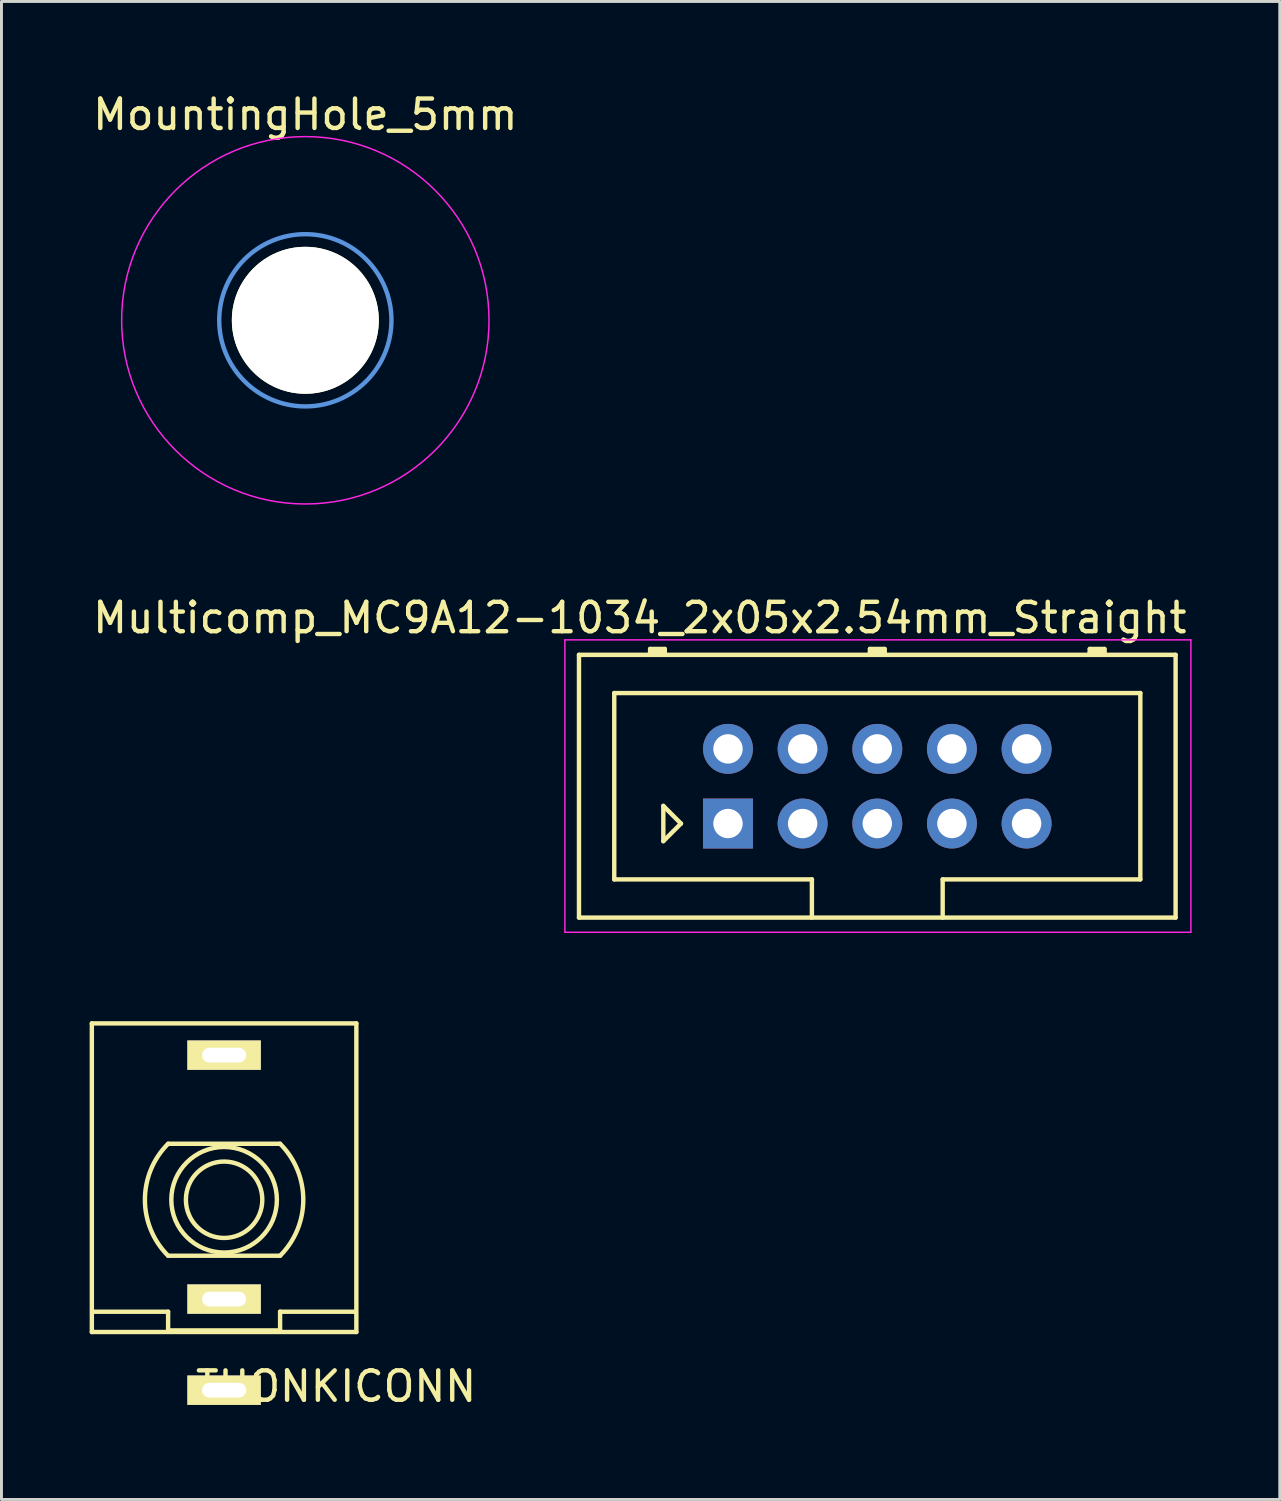
<source format=kicad_pcb>
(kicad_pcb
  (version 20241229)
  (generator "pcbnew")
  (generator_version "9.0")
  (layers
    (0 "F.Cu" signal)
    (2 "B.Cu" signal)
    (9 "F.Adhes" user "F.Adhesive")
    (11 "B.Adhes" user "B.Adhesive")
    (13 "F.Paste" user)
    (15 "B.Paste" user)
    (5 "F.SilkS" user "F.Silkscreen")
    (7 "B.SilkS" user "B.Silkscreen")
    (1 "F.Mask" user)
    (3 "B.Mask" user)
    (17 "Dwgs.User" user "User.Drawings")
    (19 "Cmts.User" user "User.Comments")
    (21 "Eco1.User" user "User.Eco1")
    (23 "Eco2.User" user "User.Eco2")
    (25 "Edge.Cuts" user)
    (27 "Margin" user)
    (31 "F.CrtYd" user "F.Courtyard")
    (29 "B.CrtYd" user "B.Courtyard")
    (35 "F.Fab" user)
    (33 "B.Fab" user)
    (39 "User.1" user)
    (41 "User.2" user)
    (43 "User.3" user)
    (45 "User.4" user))
  (footprint "MountingHole_5mm"
    (layer "F.Cu")
    (at 7.339 7.848)
    (property "Reference" "MountingHole_5mm" (at 0 -7 0) (layer "F.SilkS") (effects (font (size 1 1) (thickness 0.15))))
    (attr through_hole)
    (fp_circle (center 0 0) (end 2.93 0) (stroke (width 0.15) (type solid)) (fill no) (layer "Cmts.User"))
    (fp_circle (center 0 0) (end 6.25 0) (stroke (width 0.05) (type solid)) (fill no) (layer "F.CrtYd"))
    (pad "" np_thru_hole circle (at 0 0) (size 5 5) (drill 5) (layers "*.Cu" "*.Mask" "F.SilkS")))
  (footprint "THONKICONN"
    (layer "F.Cu")
    (at 4.575 37.772)
    (property "Reference" "THONKICONN" (at 3.81 6.35 0) (layer "F.SilkS") (effects (font (size 1 1) (thickness 0.15))))
    (attr through_hole)
    (fp_line (start -4.5 -6) (end -4.5 4.5) (stroke (width 0.15) (type solid)) (layer "F.SilkS"))
    (fp_line (start -4.5 -6) (end 4.5 -6) (stroke (width 0.15) (type solid)) (layer "F.SilkS"))
    (fp_line (start -4.5 4.5) (end 4.5 4.5) (stroke (width 0.15) (type solid)) (layer "F.SilkS"))
    (fp_line (start -4.445 3.81) (end -1.905 3.81) (stroke (width 0.15) (type solid)) (layer "F.SilkS"))
    (fp_line (start -1.905 -1.905) (end 1.905 -1.905) (stroke (width 0.15) (type solid)) (layer "F.SilkS"))
    (fp_line (start -1.905 3.81) (end -1.905 4.445) (stroke (width 0.15) (type solid)) (layer "F.SilkS"))
    (fp_line (start -1.905 4.445) (end 1.905 4.445) (stroke (width 0.15) (type solid)) (layer "F.SilkS"))
    (fp_line (start 1.905 1.905) (end -1.905 1.905) (stroke (width 0.15) (type solid)) (layer "F.SilkS"))
    (fp_line (start 1.905 3.81) (end 4.445 3.81) (stroke (width 0.15) (type solid)) (layer "F.SilkS"))
    (fp_line (start 1.905 4.445) (end 1.905 3.81) (stroke (width 0.15) (type solid)) (layer "F.SilkS"))
    (fp_line (start 4.5 -6) (end 4.5 4.5) (stroke (width 0.15) (type solid)) (layer "F.SilkS"))
    (fp_arc (start -1.905 1.905) (mid -2.694077 0) (end -1.905 -1.905) (stroke (width 0.15) (type solid)) (layer "F.SilkS"))
    (fp_arc (start 1.905 -1.905) (mid 2.694077 0) (end 1.905 1.905) (stroke (width 0.15) (type solid)) (layer "F.SilkS"))
    (fp_circle (center 0 0) (end 1.27 1.27) (stroke (width 0.15) (type solid)) (fill no) (layer "F.SilkS"))
    (fp_circle (center 0 0) (end 1.3 0) (stroke (width 0.15) (type solid)) (fill no) (layer "F.SilkS"))
    (pad "1" thru_hole rect (at 0 6.48) (size 2.5 1) (drill oval 1.5 0.5) (layers "*.Cu" "*.Mask" "F.SilkS"))
    (pad "2" thru_hole rect (at 0 3.38) (size 2.5 1) (drill oval 1.5 0.5) (layers "*.Cu" "*.Mask" "F.SilkS"))
    (pad "3" thru_hole rect (at 0 -4.92) (size 2.5 1) (drill oval 1.5 0.5) (layers "*.Cu" "*.Mask" "F.SilkS")))
  (footprint "Multicomp_MC9A12-1034_2x05x2.54mm_Straight"
    (layer "F.Cu")
    (at 21.72 24.971)
    (property "Reference" "Multicomp_MC9A12-1034_2x05x2.54mm_Straight" (at -3 -7 0) (layer "F.SilkS") (effects (font (size 1 1) (thickness 0.15))))
    (attr through_hole)
    (fp_line (start -5.07 -5.74) (end 15.23 -5.74) (stroke (width 0.15) (type solid)) (layer "F.SilkS"))
    (fp_line (start -5.07 3.2) (end -5.07 -5.74) (stroke (width 0.15) (type solid)) (layer "F.SilkS"))
    (fp_line (start -3.87 -4.44) (end 14.03 -4.44) (stroke (width 0.15) (type solid)) (layer "F.SilkS"))
    (fp_line (start -3.87 1.9) (end -3.87 -4.44) (stroke (width 0.15) (type solid)) (layer "F.SilkS"))
    (fp_line (start -2.65 -5.94) (end -2.15 -5.94) (stroke (width 0.15) (type solid)) (layer "F.SilkS"))
    (fp_line (start -2.65 -5.84) (end -2.15 -5.84) (stroke (width 0.15) (type solid)) (layer "F.SilkS"))
    (fp_line (start -2.65 -5.74) (end -2.65 -5.94) (stroke (width 0.15) (type solid)) (layer "F.SilkS"))
    (fp_line (start -2.2 -0.6) (end -1.6 0) (stroke (width 0.15) (type solid)) (layer "F.SilkS"))
    (fp_line (start -2.2 0.6) (end -2.2 -0.6) (stroke (width 0.15) (type solid)) (layer "F.SilkS"))
    (fp_line (start -2.15 -5.94) (end -2.15 -5.74) (stroke (width 0.15) (type solid)) (layer "F.SilkS"))
    (fp_line (start -1.6 0) (end -2.2 0.6) (stroke (width 0.15) (type solid)) (layer "F.SilkS"))
    (fp_line (start 2.855 1.9) (end -3.87 1.9) (stroke (width 0.15) (type solid)) (layer "F.SilkS"))
    (fp_line (start 2.855 3.2) (end 2.855 1.9) (stroke (width 0.15) (type solid)) (layer "F.SilkS"))
    (fp_line (start 4.83 -5.94) (end 5.33 -5.94) (stroke (width 0.15) (type solid)) (layer "F.SilkS"))
    (fp_line (start 4.83 -5.84) (end 5.33 -5.84) (stroke (width 0.15) (type solid)) (layer "F.SilkS"))
    (fp_line (start 4.83 -5.74) (end 4.83 -5.94) (stroke (width 0.15) (type solid)) (layer "F.SilkS"))
    (fp_line (start 5.33 -5.94) (end 5.33 -5.74) (stroke (width 0.15) (type solid)) (layer "F.SilkS"))
    (fp_line (start 7.305 1.9) (end 7.305 3.2) (stroke (width 0.15) (type solid)) (layer "F.SilkS"))
    (fp_line (start 12.31 -5.94) (end 12.81 -5.94) (stroke (width 0.15) (type solid)) (layer "F.SilkS"))
    (fp_line (start 12.31 -5.84) (end 12.81 -5.84) (stroke (width 0.15) (type solid)) (layer "F.SilkS"))
    (fp_line (start 12.31 -5.74) (end 12.31 -5.94) (stroke (width 0.15) (type solid)) (layer "F.SilkS"))
    (fp_line (start 12.81 -5.94) (end 12.81 -5.74) (stroke (width 0.15) (type solid)) (layer "F.SilkS"))
    (fp_line (start 14.03 -4.44) (end 14.03 1.9) (stroke (width 0.15) (type solid)) (layer "F.SilkS"))
    (fp_line (start 14.03 1.9) (end 7.305 1.9) (stroke (width 0.15) (type solid)) (layer "F.SilkS"))
    (fp_line (start 15.23 -5.74) (end 15.23 3.2) (stroke (width 0.15) (type solid)) (layer "F.SilkS"))
    (fp_line (start 15.23 3.2) (end -5.07 3.2) (stroke (width 0.15) (type solid)) (layer "F.SilkS"))
    (fp_line (start -5.55 -6.25) (end 15.75 -6.25) (stroke (width 0.05) (type solid)) (layer "F.CrtYd"))
    (fp_line (start -5.55 3.7) (end -5.55 -6.25) (stroke (width 0.05) (type solid)) (layer "F.CrtYd"))
    (fp_line (start 15.75 -6.25) (end 15.75 3.7) (stroke (width 0.05) (type solid)) (layer "F.CrtYd"))
    (fp_line (start 15.75 3.7) (end -5.55 3.7) (stroke (width 0.05) (type solid)) (layer "F.CrtYd"))
    (pad "1" thru_hole rect (at 0 0) (size 1.7 1.7) (drill 1) (layers "*.Cu" "*.Mask"))
    (pad "2" thru_hole circle (at 0 -2.54) (size 1.7 1.7) (drill 1) (layers "*.Cu" "*.Mask"))
    (pad "3" thru_hole circle (at 2.54 0) (size 1.7 1.7) (drill 1) (layers "*.Cu" "*.Mask"))
    (pad "4" thru_hole circle (at 2.54 -2.54) (size 1.7 1.7) (drill 1) (layers "*.Cu" "*.Mask"))
    (pad "5" thru_hole circle (at 5.08 0) (size 1.7 1.7) (drill 1) (layers "*.Cu" "*.Mask"))
    (pad "6" thru_hole circle (at 5.08 -2.54) (size 1.7 1.7) (drill 1) (layers "*.Cu" "*.Mask"))
    (pad "7" thru_hole circle (at 7.62 0) (size 1.7 1.7) (drill 1) (layers "*.Cu" "*.Mask"))
    (pad "8" thru_hole circle (at 7.62 -2.54) (size 1.7 1.7) (drill 1) (layers "*.Cu" "*.Mask"))
    (pad "9" thru_hole circle (at 10.16 0) (size 1.7 1.7) (drill 1) (layers "*.Cu" "*.Mask"))
    (pad "10" thru_hole circle (at 10.16 -2.54) (size 1.7 1.7) (drill 1) (layers "*.Cu" "*.Mask")))
  (gr_rect
    (start -3 -3)
    (end 40.495 47.97)
    (stroke (width 0.1) (type default))
    (fill no)
    (layer "Edge.Cuts")))
</source>
